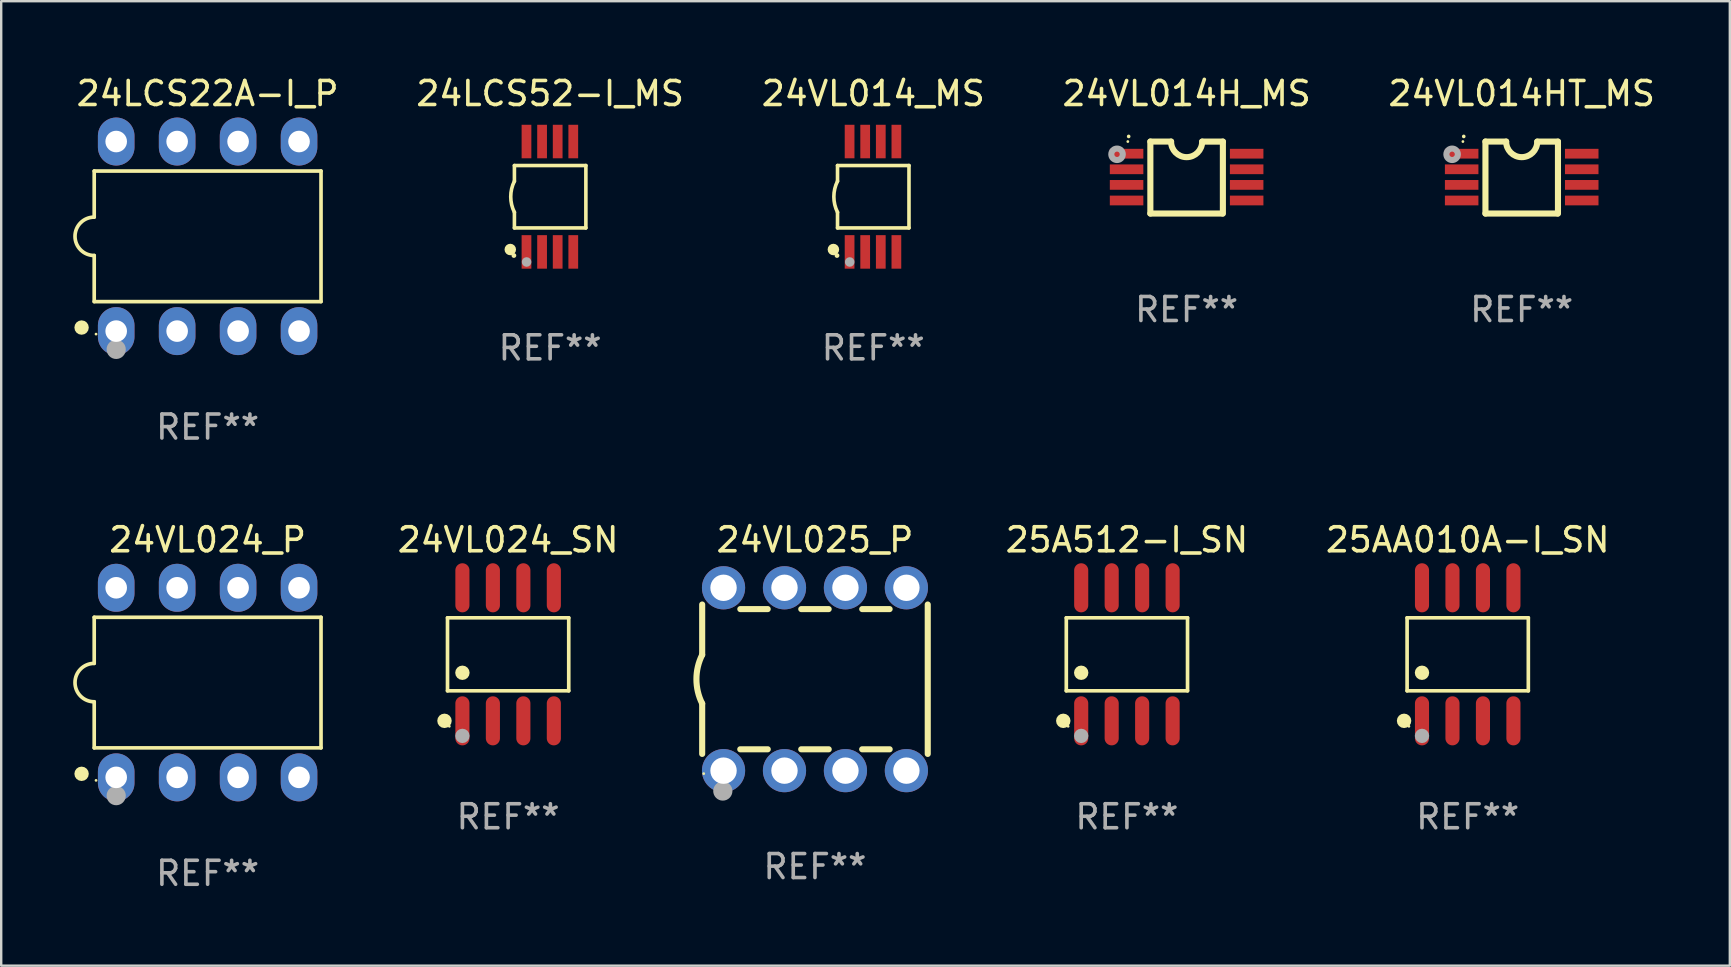
<source format=kicad_pcb>
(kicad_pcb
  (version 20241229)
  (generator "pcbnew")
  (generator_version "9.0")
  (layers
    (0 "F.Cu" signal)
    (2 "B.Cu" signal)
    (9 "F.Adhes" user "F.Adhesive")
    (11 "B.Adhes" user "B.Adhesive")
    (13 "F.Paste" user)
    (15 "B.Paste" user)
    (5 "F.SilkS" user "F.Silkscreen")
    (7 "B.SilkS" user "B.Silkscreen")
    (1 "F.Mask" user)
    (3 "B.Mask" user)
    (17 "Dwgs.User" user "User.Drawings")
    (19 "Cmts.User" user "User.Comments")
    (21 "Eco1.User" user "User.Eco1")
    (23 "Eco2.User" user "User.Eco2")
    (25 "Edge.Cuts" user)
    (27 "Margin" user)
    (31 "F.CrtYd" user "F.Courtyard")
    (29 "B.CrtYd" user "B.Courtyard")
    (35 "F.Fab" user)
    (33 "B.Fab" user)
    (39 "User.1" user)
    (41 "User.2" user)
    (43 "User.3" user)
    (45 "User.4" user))
  (footprint "24VL014_MS"
    (layer "F.Cu")
    (at 33.341 5.148)
    (property "Reference" "24VL014_MS" (at 0 -4.3 0) (layer "F.SilkS") (effects (font (size 1 1) (thickness 0.15))))
    (attr through_hole)
    (fp_line (start -1.489 -1.3) (end -1.489 -0.648) (stroke (width 0.15) (type solid)) (layer "F.SilkS"))
    (fp_line (start -1.489 0.648) (end -1.489 1.3) (stroke (width 0.15) (type solid)) (layer "F.SilkS"))
    (fp_line (start -1.489 1.3) (end 1.489 1.3) (stroke (width 0.15) (type solid)) (layer "F.SilkS"))
    (fp_line (start 1.489 -1.3) (end -1.489 -1.3) (stroke (width 0.15) (type solid)) (layer "F.SilkS"))
    (fp_line (start 1.489 1.3) (end 1.489 -1.3) (stroke (width 0.15) (type solid)) (layer "F.SilkS"))
    (fp_arc (start -1.489205 0.647702) (mid -1.642107 0) (end -1.489205 -0.647701) (stroke (width 0.150013) (type solid)) (layer "F.SilkS"))
    (fp_circle (center -1.661 2.2) (end -1.541 2.2) (stroke (width 0.24) (type solid)) (fill no) (layer "F.SilkS"))
    (fp_circle (center -1.511 2.45) (end -1.461 2.45) (stroke (width 0.1) (type solid)) (fill no) (layer "F.SilkS"))
    (fp_circle (center -0.981 2.72) (end -0.881 2.72) (stroke (width 0.2) (type solid)) (fill no) (layer "F.Fab"))
    (fp_text user "REF**" (at 0 6.3 0) (layer "F.Fab") (effects (font (size 1 1) (thickness 0.15))))
    (pad "1" smd rect (at -0.986 2.3) (size 0.406 1.397) (layers "F.Cu" "F.Mask" "F.Paste"))
    (pad "2" smd rect (at -0.336 2.3) (size 0.406 1.397) (layers "F.Cu" "F.Mask" "F.Paste"))
    (pad "3" smd rect (at 0.314 2.3) (size 0.406 1.397) (layers "F.Cu" "F.Mask" "F.Paste"))
    (pad "4" smd rect (at 0.964 2.3) (size 0.406 1.397) (layers "F.Cu" "F.Mask" "F.Paste"))
    (pad "5" smd rect (at 0.964 -2.3) (size 0.406 1.397) (layers "F.Cu" "F.Mask" "F.Paste"))
    (pad "6" smd rect (at 0.314 -2.3) (size 0.406 1.397) (layers "F.Cu" "F.Mask" "F.Paste"))
    (pad "7" smd rect (at -0.336 -2.3) (size 0.406 1.397) (layers "F.Cu" "F.Mask" "F.Paste"))
    (pad "8" smd rect (at -0.986 -2.3) (size 0.406 1.397) (layers "F.Cu" "F.Mask" "F.Paste")))
  (footprint "24VL014H_MS"
    (layer "F.Cu")
    (at 46.4 4.35)
    (property "Reference" "24VL014H_MS" (at 0 -3.501 0) (layer "F.SilkS") (effects (font (size 1 1) (thickness 0.15))))
    (attr through_hole)
    (fp_line (start -1.511 -1.501) (end -1.511 1.499) (stroke (width 0.254) (type solid)) (layer "F.SilkS"))
    (fp_line (start -1.511 -1.501) (end -0.648 -1.501) (stroke (width 0.254) (type solid)) (layer "F.SilkS"))
    (fp_line (start -1.511 1.499) (end 1.489 1.499) (stroke (width 0.254) (type solid)) (layer "F.SilkS"))
    (fp_line (start 0.648 -1.499) (end 1.511 -1.499) (stroke (width 0.254) (type solid)) (layer "F.SilkS"))
    (fp_line (start 1.511 -1.499) (end 1.511 1.501) (stroke (width 0.254) (type solid)) (layer "F.SilkS"))
    (fp_arc (start -2.41491 -1.713233) (mid -2.414916 -1.714503) (end -2.41491 -1.715773) (stroke (width 0.150013) (type solid)) (layer "F.SilkS"))
    (fp_arc (start 0.647803 -1.498603) (mid 0.000102 -0.850902) (end -0.647599 -1.498603) (stroke (width 0.254001) (type solid)) (layer "F.SilkS"))
    (fp_circle (center -2.45 -1.501) (end -2.42 -1.501) (stroke (width 0.06) (type solid)) (fill no) (layer "F.SilkS"))
    (fp_circle (center -2.9 -0.97) (end -2.788 -0.97) (stroke (width 0.254) (type solid)) (fill no) (layer "F.Fab"))
    (fp_text user "REF**" (at 0 5.501 0) (layer "F.Fab") (effects (font (size 1 1) (thickness 0.15))))
    (pad "1" smd rect (at -2.502 -0.995) (size 1.397 0.406) (layers "F.Cu" "F.Mask" "F.Paste"))
    (pad "2" smd rect (at -2.502 -0.345) (size 1.397 0.406) (layers "F.Cu" "F.Mask" "F.Paste"))
    (pad "3" smd rect (at -2.502 0.305) (size 1.397 0.406) (layers "F.Cu" "F.Mask" "F.Paste"))
    (pad "4" smd rect (at -2.502 0.955) (size 1.397 0.406) (layers "F.Cu" "F.Mask" "F.Paste"))
    (pad "5" smd rect (at 2.502 0.955) (size 1.397 0.406) (layers "F.Cu" "F.Mask" "F.Paste"))
    (pad "6" smd rect (at 2.502 0.305) (size 1.397 0.406) (layers "F.Cu" "F.Mask" "F.Paste"))
    (pad "7" smd rect (at 2.502 -0.345) (size 1.397 0.406) (layers "F.Cu" "F.Mask" "F.Paste"))
    (pad "8" smd rect (at 2.502 -0.995) (size 1.397 0.406) (layers "F.Cu" "F.Mask" "F.Paste")))
  (footprint "24LCS52-I_MS"
    (layer "F.Cu")
    (at 19.876 5.148)
    (property "Reference" "24LCS52-I_MS" (at 0 -4.3 0) (layer "F.SilkS") (effects (font (size 1 1) (thickness 0.15))))
    (attr through_hole)
    (fp_line (start -1.489 -1.3) (end -1.489 -0.648) (stroke (width 0.15) (type solid)) (layer "F.SilkS"))
    (fp_line (start -1.489 0.648) (end -1.489 1.3) (stroke (width 0.15) (type solid)) (layer "F.SilkS"))
    (fp_line (start -1.489 1.3) (end 1.489 1.3) (stroke (width 0.15) (type solid)) (layer "F.SilkS"))
    (fp_line (start 1.489 -1.3) (end -1.489 -1.3) (stroke (width 0.15) (type solid)) (layer "F.SilkS"))
    (fp_line (start 1.489 1.3) (end 1.489 -1.3) (stroke (width 0.15) (type solid)) (layer "F.SilkS"))
    (fp_arc (start -1.489205 0.647702) (mid -1.642107 0) (end -1.489205 -0.647701) (stroke (width 0.150013) (type solid)) (layer "F.SilkS"))
    (fp_circle (center -1.661 2.2) (end -1.541 2.2) (stroke (width 0.24) (type solid)) (fill no) (layer "F.SilkS"))
    (fp_circle (center -1.511 2.45) (end -1.461 2.45) (stroke (width 0.1) (type solid)) (fill no) (layer "F.SilkS"))
    (fp_circle (center -0.981 2.72) (end -0.881 2.72) (stroke (width 0.2) (type solid)) (fill no) (layer "F.Fab"))
    (fp_text user "REF**" (at 0 6.3 0) (layer "F.Fab") (effects (font (size 1 1) (thickness 0.15))))
    (pad "1" smd rect (at -0.986 2.3) (size 0.406 1.397) (layers "F.Cu" "F.Mask" "F.Paste"))
    (pad "2" smd rect (at -0.336 2.3) (size 0.406 1.397) (layers "F.Cu" "F.Mask" "F.Paste"))
    (pad "3" smd rect (at 0.314 2.3) (size 0.406 1.397) (layers "F.Cu" "F.Mask" "F.Paste"))
    (pad "4" smd rect (at 0.964 2.3) (size 0.406 1.397) (layers "F.Cu" "F.Mask" "F.Paste"))
    (pad "5" smd rect (at 0.964 -2.3) (size 0.406 1.397) (layers "F.Cu" "F.Mask" "F.Paste"))
    (pad "6" smd rect (at 0.314 -2.3) (size 0.406 1.397) (layers "F.Cu" "F.Mask" "F.Paste"))
    (pad "7" smd rect (at -0.336 -2.3) (size 0.406 1.397) (layers "F.Cu" "F.Mask" "F.Paste"))
    (pad "8" smd rect (at -0.986 -2.3) (size 0.406 1.397) (layers "F.Cu" "F.Mask" "F.Paste")))
  (footprint "24LCS22A-I_P"
    (layer "F.Cu")
    (at 5.602 6.798)
    (property "Reference" "24LCS22A-I_P" (at 0 -5.95 0) (layer "F.SilkS") (effects (font (size 1 1) (thickness 0.15))))
    (attr through_hole)
    (fp_line (start -4.726 -2.721) (end -4.726 -0.8) (stroke (width 0.152) (type solid)) (layer "F.SilkS"))
    (fp_line (start -4.726 0.8) (end -4.726 2.721) (stroke (width 0.152) (type solid)) (layer "F.SilkS"))
    (fp_line (start -4.726 2.721) (end 4.726 2.721) (stroke (width 0.152) (type solid)) (layer "F.SilkS"))
    (fp_line (start 4.726 -2.721) (end -4.726 -2.721) (stroke (width 0.152) (type solid)) (layer "F.SilkS"))
    (fp_line (start 4.726 2.721) (end 4.726 -2.721) (stroke (width 0.152) (type solid)) (layer "F.SilkS"))
    (fp_arc (start -4.726213 0.8) (mid -5.526213 0) (end -4.726213 -0.8) (stroke (width 0.1524) (type solid)) (layer "F.SilkS"))
    (fp_circle (center -5.252 3.802) (end -5.102 3.802) (stroke (width 0.3) (type solid)) (fill no) (layer "F.SilkS"))
    (fp_circle (center -4.65 4.075) (end -4.62 4.075) (stroke (width 0.06) (type solid)) (fill no) (layer "F.SilkS"))
    (fp_circle (center -3.81 4.712) (end -3.61 4.712) (stroke (width 0.4) (type solid)) (fill no) (layer "F.Fab"))
    (fp_text user "REF**" (at 0 7.95 0) (layer "F.Fab") (effects (font (size 1 1) (thickness 0.15))))
    (pad "1" thru_hole oval (at -3.81 3.95) (size 1.524 2) (drill 0.9) (layers "*.Cu" "*.Mask"))
    (pad "2" thru_hole oval (at -1.27 3.95) (size 1.524 2) (drill 0.9) (layers "*.Cu" "*.Mask"))
    (pad "3" thru_hole oval (at 1.27 3.95) (size 1.524 2) (drill 0.9) (layers "*.Cu" "*.Mask"))
    (pad "4" thru_hole oval (at 3.81 3.95) (size 1.524 2) (drill 0.9) (layers "*.Cu" "*.Mask"))
    (pad "5" thru_hole oval (at 3.81 -3.95) (size 1.524 2) (drill 0.9) (layers "*.Cu" "*.Mask"))
    (pad "6" thru_hole oval (at 1.27 -3.95) (size 1.524 2) (drill 0.9) (layers "*.Cu" "*.Mask"))
    (pad "7" thru_hole oval (at -1.27 -3.95) (size 1.524 2) (drill 0.9) (layers "*.Cu" "*.Mask"))
    (pad "8" thru_hole oval (at -3.81 -3.95) (size 1.524 2) (drill 0.9) (layers "*.Cu" "*.Mask")))
  (footprint "24VL024_P"
    (layer "F.Cu")
    (at 5.602 25.395)
    (property "Reference" "24VL024_P" (at 0 -5.95 0) (layer "F.SilkS") (effects (font (size 1 1) (thickness 0.15))))
    (attr through_hole)
    (fp_line (start -4.726 -2.721) (end -4.726 -0.8) (stroke (width 0.152) (type solid)) (layer "F.SilkS"))
    (fp_line (start -4.726 0.8) (end -4.726 2.721) (stroke (width 0.152) (type solid)) (layer "F.SilkS"))
    (fp_line (start -4.726 2.721) (end 4.726 2.721) (stroke (width 0.152) (type solid)) (layer "F.SilkS"))
    (fp_line (start 4.726 -2.721) (end -4.726 -2.721) (stroke (width 0.152) (type solid)) (layer "F.SilkS"))
    (fp_line (start 4.726 2.721) (end 4.726 -2.721) (stroke (width 0.152) (type solid)) (layer "F.SilkS"))
    (fp_arc (start -4.726213 0.8) (mid -5.526213 0) (end -4.726213 -0.8) (stroke (width 0.1524) (type solid)) (layer "F.SilkS"))
    (fp_circle (center -5.252 3.802) (end -5.102 3.802) (stroke (width 0.3) (type solid)) (fill no) (layer "F.SilkS"))
    (fp_circle (center -4.65 4.075) (end -4.62 4.075) (stroke (width 0.06) (type solid)) (fill no) (layer "F.SilkS"))
    (fp_circle (center -3.81 4.712) (end -3.61 4.712) (stroke (width 0.4) (type solid)) (fill no) (layer "F.Fab"))
    (fp_text user "REF**" (at 0 7.95 0) (layer "F.Fab") (effects (font (size 1 1) (thickness 0.15))))
    (pad "1" thru_hole oval (at -3.81 3.95) (size 1.524 2) (drill 0.9) (layers "*.Cu" "*.Mask"))
    (pad "2" thru_hole oval (at -1.27 3.95) (size 1.524 2) (drill 0.9) (layers "*.Cu" "*.Mask"))
    (pad "3" thru_hole oval (at 1.27 3.95) (size 1.524 2) (drill 0.9) (layers "*.Cu" "*.Mask"))
    (pad "4" thru_hole oval (at 3.81 3.95) (size 1.524 2) (drill 0.9) (layers "*.Cu" "*.Mask"))
    (pad "5" thru_hole oval (at 3.81 -3.95) (size 1.524 2) (drill 0.9) (layers "*.Cu" "*.Mask"))
    (pad "6" thru_hole oval (at 1.27 -3.95) (size 1.524 2) (drill 0.9) (layers "*.Cu" "*.Mask"))
    (pad "7" thru_hole oval (at -1.27 -3.95) (size 1.524 2) (drill 0.9) (layers "*.Cu" "*.Mask"))
    (pad "8" thru_hole oval (at -3.81 -3.95) (size 1.524 2) (drill 0.9) (layers "*.Cu" "*.Mask")))
  (footprint "24VL024_SN"
    (layer "F.Cu")
    (at 18.125 24.217)
    (property "Reference" "24VL024_SN" (at 0 -4.772 0) (layer "F.SilkS") (effects (font (size 1 1) (thickness 0.15))))
    (attr through_hole)
    (fp_line (start -2.526 -1.521) (end 2.526 -1.521) (stroke (width 0.152) (type solid)) (layer "F.SilkS"))
    (fp_line (start -2.526 1.521) (end -2.526 -1.521) (stroke (width 0.152) (type solid)) (layer "F.SilkS"))
    (fp_line (start 2.526 -1.521) (end 2.526 1.521) (stroke (width 0.152) (type solid)) (layer "F.SilkS"))
    (fp_line (start 2.526 1.521) (end -2.526 1.521) (stroke (width 0.152) (type solid)) (layer "F.SilkS"))
    (fp_circle (center -2.652 2.772) (end -2.501 2.772) (stroke (width 0.3) (type solid)) (fill no) (layer "F.SilkS"))
    (fp_circle (center -2.45 3) (end -2.42 3) (stroke (width 0.06) (type solid)) (fill no) (layer "F.SilkS"))
    (fp_circle (center -1.905 0.769) (end -1.755 0.769) (stroke (width 0.3) (type solid)) (fill no) (layer "F.SilkS"))
    (fp_circle (center -1.905 3.4) (end -1.755 3.4) (stroke (width 0.3) (type solid)) (fill no) (layer "F.Fab"))
    (fp_text user "REF**" (at 0 6.772 0) (layer "F.Fab") (effects (font (size 1 1) (thickness 0.15))))
    (pad "1" smd oval (at -1.905 2.772) (size 0.588 2.045) (layers "F.Cu" "F.Mask" "F.Paste"))
    (pad "2" smd oval (at -0.635 2.772) (size 0.588 2.045) (layers "F.Cu" "F.Mask" "F.Paste"))
    (pad "3" smd oval (at 0.635 2.772) (size 0.588 2.045) (layers "F.Cu" "F.Mask" "F.Paste"))
    (pad "4" smd oval (at 1.905 2.772) (size 0.588 2.045) (layers "F.Cu" "F.Mask" "F.Paste"))
    (pad "5" smd oval (at 1.905 -2.772) (size 0.588 2.045) (layers "F.Cu" "F.Mask" "F.Paste"))
    (pad "6" smd oval (at 0.635 -2.772) (size 0.588 2.045) (layers "F.Cu" "F.Mask" "F.Paste"))
    (pad "7" smd oval (at -0.635 -2.772) (size 0.588 2.045) (layers "F.Cu" "F.Mask" "F.Paste"))
    (pad "8" smd oval (at -1.905 -2.772) (size 0.588 2.045) (layers "F.Cu" "F.Mask" "F.Paste")))
  (footprint "25AA010A-I_SN"
    (layer "F.Cu")
    (at 58.114 24.217)
    (property "Reference" "25AA010A-I_SN" (at 0 -4.772 0) (layer "F.SilkS") (effects (font (size 1 1) (thickness 0.15))))
    (attr through_hole)
    (fp_line (start -2.526 -1.521) (end 2.526 -1.521) (stroke (width 0.152) (type solid)) (layer "F.SilkS"))
    (fp_line (start -2.526 1.521) (end -2.526 -1.521) (stroke (width 0.152) (type solid)) (layer "F.SilkS"))
    (fp_line (start 2.526 -1.521) (end 2.526 1.521) (stroke (width 0.152) (type solid)) (layer "F.SilkS"))
    (fp_line (start 2.526 1.521) (end -2.526 1.521) (stroke (width 0.152) (type solid)) (layer "F.SilkS"))
    (fp_circle (center -2.652 2.772) (end -2.501 2.772) (stroke (width 0.3) (type solid)) (fill no) (layer "F.SilkS"))
    (fp_circle (center -2.45 3) (end -2.42 3) (stroke (width 0.06) (type solid)) (fill no) (layer "F.SilkS"))
    (fp_circle (center -1.905 0.769) (end -1.755 0.769) (stroke (width 0.3) (type solid)) (fill no) (layer "F.SilkS"))
    (fp_circle (center -1.905 3.4) (end -1.755 3.4) (stroke (width 0.3) (type solid)) (fill no) (layer "F.Fab"))
    (fp_text user "REF**" (at 0 6.772 0) (layer "F.Fab") (effects (font (size 1 1) (thickness 0.15))))
    (pad "1" smd oval (at -1.905 2.772) (size 0.588 2.045) (layers "F.Cu" "F.Mask" "F.Paste"))
    (pad "2" smd oval (at -0.635 2.772) (size 0.588 2.045) (layers "F.Cu" "F.Mask" "F.Paste"))
    (pad "3" smd oval (at 0.635 2.772) (size 0.588 2.045) (layers "F.Cu" "F.Mask" "F.Paste"))
    (pad "4" smd oval (at 1.905 2.772) (size 0.588 2.045) (layers "F.Cu" "F.Mask" "F.Paste"))
    (pad "5" smd oval (at 1.905 -2.772) (size 0.588 2.045) (layers "F.Cu" "F.Mask" "F.Paste"))
    (pad "6" smd oval (at 0.635 -2.772) (size 0.588 2.045) (layers "F.Cu" "F.Mask" "F.Paste"))
    (pad "7" smd oval (at -0.635 -2.772) (size 0.588 2.045) (layers "F.Cu" "F.Mask" "F.Paste"))
    (pad "8" smd oval (at -1.905 -2.772) (size 0.588 2.045) (layers "F.Cu" "F.Mask" "F.Paste")))
  (footprint "25A512-I_SN"
    (layer "F.Cu")
    (at 43.912 24.217)
    (property "Reference" "25A512-I_SN" (at 0 -4.772 0) (layer "F.SilkS") (effects (font (size 1 1) (thickness 0.15))))
    (attr through_hole)
    (fp_line (start -2.526 -1.521) (end 2.526 -1.521) (stroke (width 0.152) (type solid)) (layer "F.SilkS"))
    (fp_line (start -2.526 1.521) (end -2.526 -1.521) (stroke (width 0.152) (type solid)) (layer "F.SilkS"))
    (fp_line (start 2.526 -1.521) (end 2.526 1.521) (stroke (width 0.152) (type solid)) (layer "F.SilkS"))
    (fp_line (start 2.526 1.521) (end -2.526 1.521) (stroke (width 0.152) (type solid)) (layer "F.SilkS"))
    (fp_circle (center -2.652 2.772) (end -2.501 2.772) (stroke (width 0.3) (type solid)) (fill no) (layer "F.SilkS"))
    (fp_circle (center -2.45 3) (end -2.42 3) (stroke (width 0.06) (type solid)) (fill no) (layer "F.SilkS"))
    (fp_circle (center -1.905 0.769) (end -1.755 0.769) (stroke (width 0.3) (type solid)) (fill no) (layer "F.SilkS"))
    (fp_circle (center -1.905 3.4) (end -1.755 3.4) (stroke (width 0.3) (type solid)) (fill no) (layer "F.Fab"))
    (fp_text user "REF**" (at 0 6.772 0) (layer "F.Fab") (effects (font (size 1 1) (thickness 0.15))))
    (pad "1" smd oval (at -1.905 2.772) (size 0.588 2.045) (layers "F.Cu" "F.Mask" "F.Paste"))
    (pad "2" smd oval (at -0.635 2.772) (size 0.588 2.045) (layers "F.Cu" "F.Mask" "F.Paste"))
    (pad "3" smd oval (at 0.635 2.772) (size 0.588 2.045) (layers "F.Cu" "F.Mask" "F.Paste"))
    (pad "4" smd oval (at 1.905 2.772) (size 0.588 2.045) (layers "F.Cu" "F.Mask" "F.Paste"))
    (pad "5" smd oval (at 1.905 -2.772) (size 0.588 2.045) (layers "F.Cu" "F.Mask" "F.Paste"))
    (pad "6" smd oval (at 0.635 -2.772) (size 0.588 2.045) (layers "F.Cu" "F.Mask" "F.Paste"))
    (pad "7" smd oval (at -0.635 -2.772) (size 0.588 2.045) (layers "F.Cu" "F.Mask" "F.Paste"))
    (pad "8" smd oval (at -1.905 -2.772) (size 0.588 2.045) (layers "F.Cu" "F.Mask" "F.Paste")))
  (footprint "24VL014HT_MS"
    (layer "F.Cu")
    (at 60.364 4.35)
    (property "Reference" "24VL014HT_MS" (at 0 -3.501 0) (layer "F.SilkS") (effects (font (size 1 1) (thickness 0.15))))
    (attr through_hole)
    (fp_line (start -1.511 -1.501) (end -1.511 1.499) (stroke (width 0.254) (type solid)) (layer "F.SilkS"))
    (fp_line (start -1.511 -1.501) (end -0.648 -1.501) (stroke (width 0.254) (type solid)) (layer "F.SilkS"))
    (fp_line (start -1.511 1.499) (end 1.489 1.499) (stroke (width 0.254) (type solid)) (layer "F.SilkS"))
    (fp_line (start 0.648 -1.499) (end 1.511 -1.499) (stroke (width 0.254) (type solid)) (layer "F.SilkS"))
    (fp_line (start 1.511 -1.499) (end 1.511 1.501) (stroke (width 0.254) (type solid)) (layer "F.SilkS"))
    (fp_arc (start -2.41491 -1.713233) (mid -2.414916 -1.714503) (end -2.41491 -1.715773) (stroke (width 0.150013) (type solid)) (layer "F.SilkS"))
    (fp_arc (start 0.647803 -1.498603) (mid 0.000102 -0.850902) (end -0.647599 -1.498603) (stroke (width 0.254001) (type solid)) (layer "F.SilkS"))
    (fp_circle (center -2.45 -1.501) (end -2.42 -1.501) (stroke (width 0.06) (type solid)) (fill no) (layer "F.SilkS"))
    (fp_circle (center -2.9 -0.97) (end -2.788 -0.97) (stroke (width 0.254) (type solid)) (fill no) (layer "F.Fab"))
    (fp_text user "REF**" (at 0 5.501 0) (layer "F.Fab") (effects (font (size 1 1) (thickness 0.15))))
    (pad "1" smd rect (at -2.502 -0.995) (size 1.397 0.406) (layers "F.Cu" "F.Mask" "F.Paste"))
    (pad "2" smd rect (at -2.502 -0.345) (size 1.397 0.406) (layers "F.Cu" "F.Mask" "F.Paste"))
    (pad "3" smd rect (at -2.502 0.305) (size 1.397 0.406) (layers "F.Cu" "F.Mask" "F.Paste"))
    (pad "4" smd rect (at -2.502 0.955) (size 1.397 0.406) (layers "F.Cu" "F.Mask" "F.Paste"))
    (pad "5" smd rect (at 2.502 0.955) (size 1.397 0.406) (layers "F.Cu" "F.Mask" "F.Paste"))
    (pad "6" smd rect (at 2.502 0.305) (size 1.397 0.406) (layers "F.Cu" "F.Mask" "F.Paste"))
    (pad "7" smd rect (at 2.502 -0.345) (size 1.397 0.406) (layers "F.Cu" "F.Mask" "F.Paste"))
    (pad "8" smd rect (at 2.502 -0.995) (size 1.397 0.406) (layers "F.Cu" "F.Mask" "F.Paste")))
  (footprint "24VL025_P"
    (layer "F.Cu")
    (at 30.912 25.255)
    (property "Reference" "24VL025_P" (at 0 -5.81 0) (layer "F.SilkS") (effects (font (size 1 1) (thickness 0.15))))
    (attr through_hole)
    (fp_line (start -4.7 -1.017) (end -4.7 -3.113) (stroke (width 0.254) (type solid)) (layer "F.SilkS"))
    (fp_line (start -4.7 1.015) (end -4.7 3.113) (stroke (width 0.254) (type solid)) (layer "F.SilkS"))
    (fp_line (start -3.113 2.92) (end -1.967 2.92) (stroke (width 0.254) (type solid)) (layer "F.SilkS"))
    (fp_line (start -3.111 -2.922) (end -1.969 -2.922) (stroke (width 0.254) (type solid)) (layer "F.SilkS"))
    (fp_line (start -0.573 2.92) (end 0.573 2.92) (stroke (width 0.254) (type solid)) (layer "F.SilkS"))
    (fp_line (start -0.571 -2.922) (end 0.571 -2.922) (stroke (width 0.254) (type solid)) (layer "F.SilkS"))
    (fp_line (start 1.967 2.92) (end 3.113 2.92) (stroke (width 0.254) (type solid)) (layer "F.SilkS"))
    (fp_line (start 1.969 -2.922) (end 3.111 -2.922) (stroke (width 0.254) (type solid)) (layer "F.SilkS"))
    (fp_line (start 4.7 -3.113) (end 4.7 3.113) (stroke (width 0.254) (type solid)) (layer "F.SilkS"))
    (fp_arc (start -4.7 1.01524) (mid -4.939846 -0.000762) (end -4.7 -1.016764) (stroke (width 0.254001) (type solid)) (layer "F.SilkS"))
    (fp_circle (center -4.636 3.935) (end -4.606 3.935) (stroke (width 0.06) (type solid)) (fill no) (layer "F.SilkS"))
    (fp_circle (center -3.84 4.66) (end -3.64 4.66) (stroke (width 0.4) (type solid)) (fill no) (layer "F.Fab"))
    (fp_text user "REF**" (at 0 7.81 0) (layer "F.Fab") (effects (font (size 1 1) (thickness 0.15))))
    (pad "1" thru_hole circle (at -3.81 3.81) (size 1.8 1.8) (drill 1.1) (layers "*.Cu" "*.Mask"))
    (pad "2" thru_hole circle (at -1.27 3.81) (size 1.8 1.8) (drill 1.1) (layers "*.Cu" "*.Mask"))
    (pad "3" thru_hole circle (at 1.27 3.81) (size 1.8 1.8) (drill 1.1) (layers "*.Cu" "*.Mask"))
    (pad "4" thru_hole circle (at 3.81 3.81) (size 1.8 1.8) (drill 1.1) (layers "*.Cu" "*.Mask"))
    (pad "5" thru_hole circle (at 3.81 -3.81) (size 1.8 1.8) (drill 1.1) (layers "*.Cu" "*.Mask"))
    (pad "6" thru_hole circle (at 1.27 -3.81) (size 1.8 1.8) (drill 1.1) (layers "*.Cu" "*.Mask"))
    (pad "7" thru_hole circle (at -1.27 -3.81) (size 1.8 1.8) (drill 1.1) (layers "*.Cu" "*.Mask"))
    (pad "8" thru_hole circle (at -3.81 -3.81) (size 1.8 1.8) (drill 1.1) (layers "*.Cu" "*.Mask")))
  (gr_rect
    (start -3 -3)
    (end 69.037 37.193)
    (stroke (width 0.1) (type default))
    (fill no)
    (layer "Edge.Cuts")))
</source>
